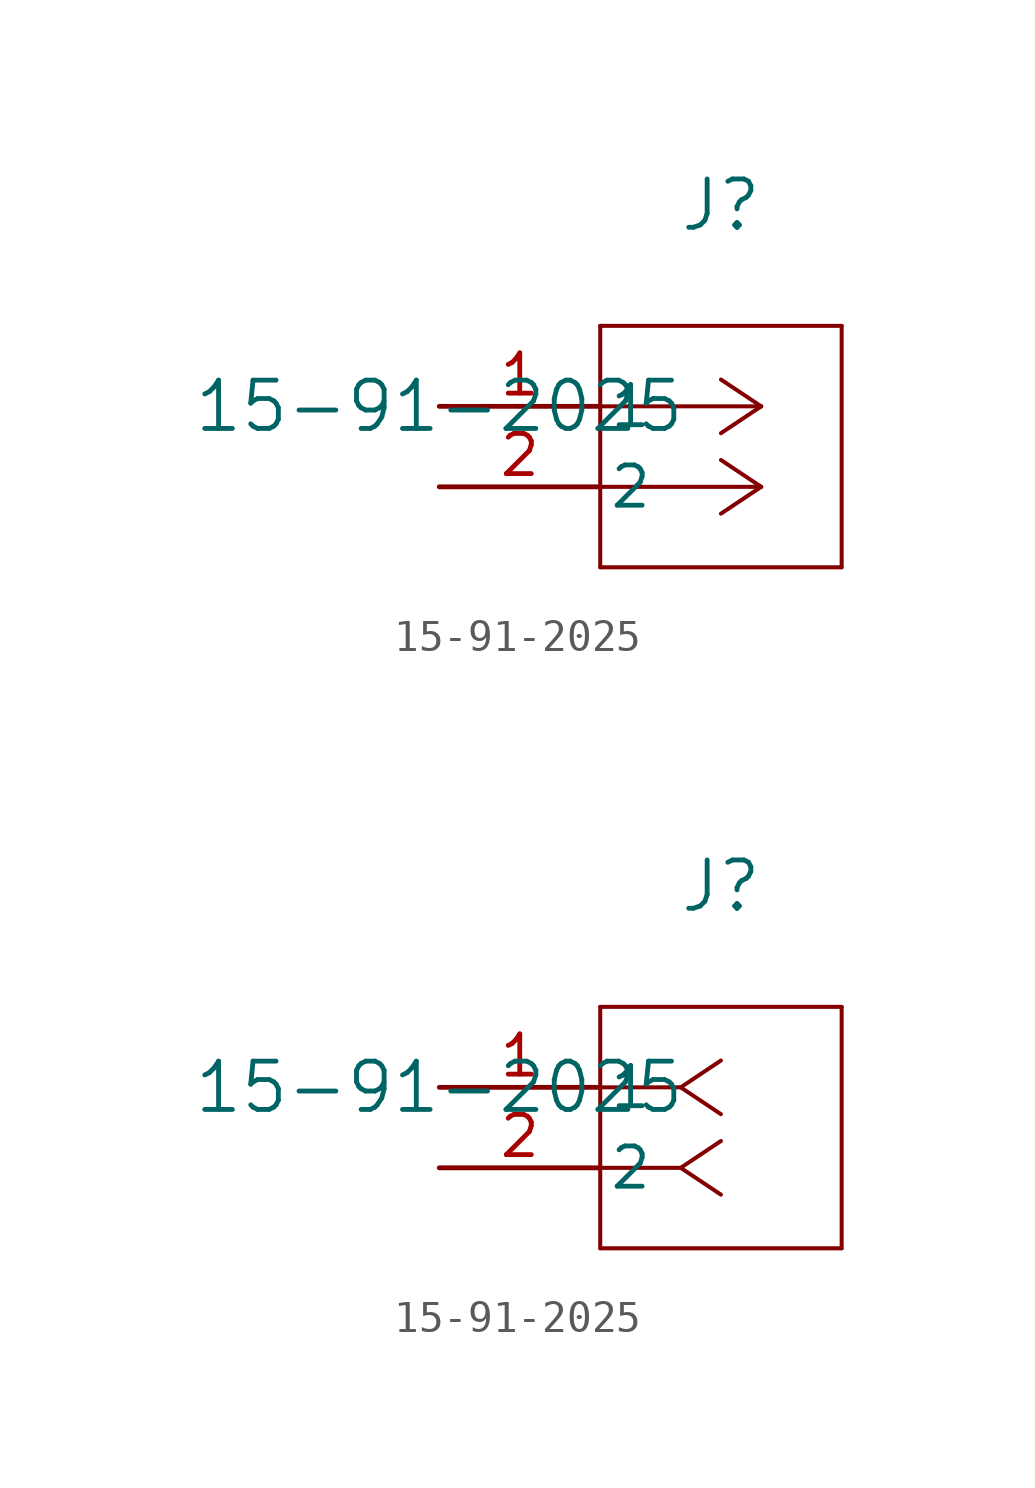
<source format=kicad_sym>
(kicad_symbol_lib
  (version 20211014)
  (generator kicad_symbol_editor)
  (symbol "15-91-2025"
    (pin_names
      (offset 0.254))
    (property "Reference" "J"
      (at 8.89 6.35 0)
      (effects (font (size 1.524 1.524))))
    (property "Value" "15-91-2025"
      (at 0 0 0)
      (effects (font (size 1.524 1.524))))
    (symbol "15-91-2025_1_1"
      (polyline (pts (xy 10.16 0) (xy 5.08 0)) (stroke (width 0.127) (type default) (color 0 0 0 0)) (fill (type none)))
      (polyline (pts (xy 10.16 -2.54) (xy 5.08 -2.54)) (stroke (width 0.127) (type default) (color 0 0 0 0)) (fill (type none)))
      (polyline (pts (xy 10.16 0) (xy 8.89 0.847)) (stroke (width 0.127) (type default) (color 0 0 0 0)) (fill (type none)))
      (polyline (pts (xy 10.16 -2.54) (xy 8.89 -1.693)) (stroke (width 0.127) (type default) (color 0 0 0 0)) (fill (type none)))
      (polyline (pts (xy 10.16 0) (xy 8.89 -0.847)) (stroke (width 0.127) (type default) (color 0 0 0 0)) (fill (type none)))
      (polyline (pts (xy 10.16 -2.54) (xy 8.89 -3.387)) (stroke (width 0.127) (type default) (color 0 0 0 0)) (fill (type none)))
      (polyline (pts (xy 5.08 2.54) (xy 5.08 -5.08)) (stroke (width 0.127) (type default) (color 0 0 0 0)) (fill (type none)))
      (polyline (pts (xy 5.08 -5.08) (xy 12.7 -5.08)) (stroke (width 0.127) (type default) (color 0 0 0 0)) (fill (type none)))
      (polyline (pts (xy 12.7 -5.08) (xy 12.7 2.54)) (stroke (width 0.127) (type default) (color 0 0 0 0)) (fill (type none)))
      (polyline (pts (xy 12.7 2.54) (xy 5.08 2.54)) (stroke (width 0.127) (type default) (color 0 0 0 0)) (fill (type none)))
      (pin unspecified line (at 0 0 0) (length 5.08) (name "1" (effects (font (size 1.27 1.27)))) (number "1" (effects (font (size 1.27 1.27)))))
      (pin unspecified line (at 0 -2.54 0) (length 5.08) (name "2" (effects (font (size 1.27 1.27)))) (number "2" (effects (font (size 1.27 1.27))))))
    (symbol "15-91-2025_1_2"
      (polyline (pts (xy 7.62 0) (xy 5.08 0)) (stroke (width 0.127) (type default) (color 0 0 0 0)) (fill (type none)))
      (polyline (pts (xy 7.62 -2.54) (xy 5.08 -2.54)) (stroke (width 0.127) (type default) (color 0 0 0 0)) (fill (type none)))
      (polyline (pts (xy 7.62 0) (xy 8.89 0.847)) (stroke (width 0.127) (type default) (color 0 0 0 0)) (fill (type none)))
      (polyline (pts (xy 7.62 -2.54) (xy 8.89 -1.693)) (stroke (width 0.127) (type default) (color 0 0 0 0)) (fill (type none)))
      (polyline (pts (xy 7.62 0) (xy 8.89 -0.847)) (stroke (width 0.127) (type default) (color 0 0 0 0)) (fill (type none)))
      (polyline (pts (xy 7.62 -2.54) (xy 8.89 -3.387)) (stroke (width 0.127) (type default) (color 0 0 0 0)) (fill (type none)))
      (polyline (pts (xy 5.08 2.54) (xy 5.08 -5.08)) (stroke (width 0.127) (type default) (color 0 0 0 0)) (fill (type none)))
      (polyline (pts (xy 5.08 -5.08) (xy 12.7 -5.08)) (stroke (width 0.127) (type default) (color 0 0 0 0)) (fill (type none)))
      (polyline (pts (xy 12.7 -5.08) (xy 12.7 2.54)) (stroke (width 0.127) (type default) (color 0 0 0 0)) (fill (type none)))
      (polyline (pts (xy 12.7 2.54) (xy 5.08 2.54)) (stroke (width 0.127) (type default) (color 0 0 0 0)) (fill (type none)))
      (pin unspecified line (at 0 0 0) (length 5.08) (name "1" (effects (font (size 1.27 1.27)))) (number "1" (effects (font (size 1.27 1.27)))))
      (pin unspecified line (at 0 -2.54 0) (length 5.08) (name "2" (effects (font (size 1.27 1.27)))) (number "2" (effects (font (size 1.27 1.27))))))))
</source>
